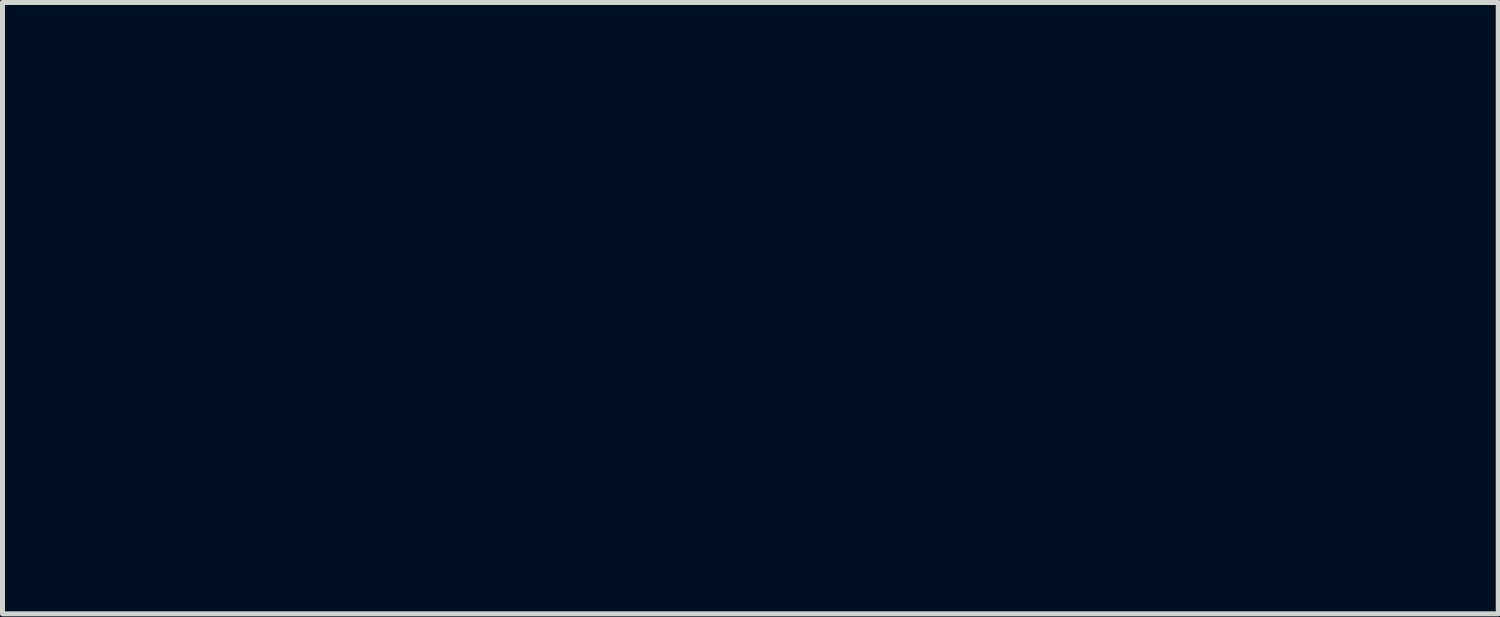
<source format=kicad_pcb>
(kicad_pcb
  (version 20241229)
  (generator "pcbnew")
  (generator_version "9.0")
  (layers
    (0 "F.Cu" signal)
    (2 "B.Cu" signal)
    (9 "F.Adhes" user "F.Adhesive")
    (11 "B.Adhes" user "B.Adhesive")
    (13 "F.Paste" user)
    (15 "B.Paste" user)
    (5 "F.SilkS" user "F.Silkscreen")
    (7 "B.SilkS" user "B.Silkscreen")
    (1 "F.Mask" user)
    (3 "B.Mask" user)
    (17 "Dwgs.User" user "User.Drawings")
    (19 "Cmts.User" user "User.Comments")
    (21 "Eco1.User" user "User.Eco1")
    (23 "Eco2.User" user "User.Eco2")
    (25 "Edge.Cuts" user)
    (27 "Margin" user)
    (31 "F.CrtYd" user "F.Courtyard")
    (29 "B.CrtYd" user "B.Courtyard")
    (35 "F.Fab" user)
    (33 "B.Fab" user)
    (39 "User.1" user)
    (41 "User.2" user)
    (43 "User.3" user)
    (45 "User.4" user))
  (footprint "AM_Logo_Front_Mask"
    (layer "F.Cu")
    (at 11.982 3.092)
    (property "Reference" "AM_Logo_Front_Mask" (at 0 0 0) (layer "F.Mask") (effects (font (size 1.524 1.524) (thickness 0.3))))
    (attr through_hole)
    (fp_poly (pts (xy -5.043 -0.056) (xy -5.177 0.041) (xy -5.2 0.054) (xy -5.466 0.283) (xy -5.555 0.566) (xy -5.492 0.802) (xy -5.397 1.013) (xy -5.423 1.103) (xy -5.526 1.118) (xy -5.681 1.035) (xy -5.73 0.957) (xy -5.786 0.722) (xy -5.791 0.644) (xy -5.719 0.471) (xy -5.543 0.25) (xy -5.325 0.044) (xy -5.128 -0.083) (xy -5.062 -0.098) (xy -5.043 -0.056)) (stroke (width 0.01) (type solid)) (fill yes) (layer "F.Mask"))
    (fp_poly (pts (xy -1.454 -1.64) (xy -1.462 -1.425) (xy -1.507 -1.148) (xy -1.584 -0.877) (xy -1.592 -0.855) (xy -1.588 -0.754) (xy -1.459 -0.769) (xy -1.334 -0.802) (xy -1.366 -0.753) (xy -1.467 -0.669) (xy -1.684 -0.528) (xy -1.792 -0.556) (xy -1.801 -0.761) (xy -1.783 -0.871) (xy -1.722 -1.156) (xy -1.664 -1.366) (xy -1.659 -1.38) (xy -1.663 -1.481) (xy -1.792 -1.466) (xy -1.917 -1.433) (xy -1.885 -1.482) (xy -1.784 -1.567) (xy -1.598 -1.69) (xy -1.493 -1.727) (xy -1.454 -1.64)) (stroke (width 0.01) (type solid)) (fill yes) (layer "F.Mask"))
    (fp_poly (pts (xy -1.655 1.169) (xy -1.573 1.22) (xy -1.438 1.45) (xy -1.467 1.743) (xy -1.656 2.051) (xy -1.672 2.068) (xy -1.958 2.287) (xy -2.23 2.322) (xy -2.418 2.215) (xy -2.528 1.988) (xy -2.508 1.828) (xy -2.337 1.828) (xy -2.288 2.121) (xy -2.149 2.235) (xy -1.932 2.162) (xy -1.811 2.067) (xy -1.677 1.855) (xy -1.63 1.594) (xy -1.673 1.364) (xy -1.782 1.254) (xy -1.984 1.272) (xy -2.179 1.429) (xy -2.311 1.668) (xy -2.337 1.828) (xy -2.508 1.828) (xy -2.495 1.724) (xy -2.354 1.466) (xy -2.142 1.259) (xy -1.897 1.146) (xy -1.655 1.169)) (stroke (width 0.01) (type solid)) (fill yes) (layer "F.Mask"))
    (fp_poly (pts (xy -0.378 1.122) (xy -0.522 1.229) (xy -0.701 1.319) (xy -0.838 1.343) (xy -0.838 1.342) (xy -0.909 1.401) (xy -0.915 1.448) (xy -0.947 1.688) (xy -1.025 1.963) (xy -1.123 2.201) (xy -1.215 2.33) (xy -1.235 2.337) (xy -1.3 2.263) (xy -1.287 2.192) (xy -1.232 1.999) (xy -1.169 1.715) (xy -1.16 1.669) (xy -1.128 1.428) (xy -1.16 1.345) (xy -1.231 1.364) (xy -1.272 1.368) (xy -1.174 1.278) (xy -0.949 1.135) (xy -0.83 1.156) (xy -0.813 1.235) (xy -0.752 1.265) (xy -0.609 1.168) (xy -0.441 1.052) (xy -0.346 1.042) (xy -0.378 1.122)) (stroke (width 0.01) (type solid)) (fill yes) (layer "F.Mask"))
    (fp_poly (pts (xy -0.232 -1.676) (xy -0.151 -1.625) (xy -0.015 -1.394) (xy -0.045 -1.102) (xy -0.234 -0.794) (xy -0.249 -0.777) (xy -0.536 -0.558) (xy -0.807 -0.522) (xy -0.996 -0.63) (xy -1.106 -0.857) (xy -1.086 -1.017) (xy -0.914 -1.017) (xy -0.865 -0.723) (xy -0.726 -0.61) (xy -0.509 -0.683) (xy -0.389 -0.778) (xy -0.254 -0.99) (xy -0.207 -1.251) (xy -0.251 -1.48) (xy -0.359 -1.59) (xy -0.562 -1.573) (xy -0.757 -1.416) (xy -0.889 -1.177) (xy -0.914 -1.017) (xy -1.086 -1.017) (xy -1.072 -1.121) (xy -0.931 -1.378) (xy -0.72 -1.585) (xy -0.474 -1.699) (xy -0.232 -1.676)) (stroke (width 0.01) (type solid)) (fill yes) (layer "F.Mask"))
    (fp_poly (pts (xy 3.121 1.169) (xy 3.202 1.22) (xy 3.338 1.45) (xy 3.308 1.743) (xy 3.119 2.051) (xy 3.104 2.068) (xy 2.817 2.287) (xy 2.546 2.322) (xy 2.357 2.215) (xy 2.247 1.988) (xy 2.267 1.828) (xy 2.438 1.828) (xy 2.487 2.121) (xy 2.626 2.235) (xy 2.844 2.162) (xy 2.964 2.067) (xy 3.099 1.855) (xy 3.146 1.594) (xy 3.102 1.364) (xy 2.993 1.254) (xy 2.791 1.272) (xy 2.596 1.429) (xy 2.464 1.668) (xy 2.438 1.828) (xy 2.267 1.828) (xy 2.281 1.724) (xy 2.422 1.466) (xy 2.633 1.259) (xy 2.878 1.146) (xy 3.121 1.169)) (stroke (width 0.01) (type solid)) (fill yes) (layer "F.Mask"))
    (fp_poly (pts (xy 4.543 0.235) (xy 4.572 0.305) (xy 4.485 0.383) (xy 4.33 0.406) (xy 4.197 0.428) (xy 4.1 0.523) (xy 4.016 0.732) (xy 3.92 1.092) (xy 3.826 1.467) (xy 3.744 1.782) (xy 3.694 1.965) (xy 3.675 2.088) (xy 3.76 2.083) (xy 3.877 2.026) (xy 4.039 1.946) (xy 4.045 1.975) (xy 3.921 2.119) (xy 3.721 2.285) (xy 3.55 2.332) (xy 3.46 2.251) (xy 3.456 2.21) (xy 3.491 1.949) (xy 3.576 1.587) (xy 3.693 1.186) (xy 3.821 0.81) (xy 3.941 0.524) (xy 4.012 0.408) (xy 4.201 0.267) (xy 4.401 0.205) (xy 4.543 0.235)) (stroke (width 0.01) (type solid)) (fill yes) (layer "F.Mask"))
    (fp_poly (pts (xy 5.051 1.169) (xy 5.132 1.22) (xy 5.268 1.45) (xy 5.239 1.743) (xy 5.049 2.051) (xy 5.034 2.068) (xy 4.747 2.287) (xy 4.476 2.322) (xy 4.288 2.215) (xy 4.177 1.988) (xy 4.198 1.828) (xy 4.369 1.828) (xy 4.418 2.121) (xy 4.557 2.235) (xy 4.774 2.162) (xy 4.894 2.067) (xy 5.029 1.855) (xy 5.076 1.594) (xy 5.033 1.364) (xy 4.924 1.254) (xy 4.722 1.272) (xy 4.527 1.429) (xy 4.395 1.668) (xy 4.369 1.828) (xy 4.198 1.828) (xy 4.211 1.724) (xy 4.352 1.466) (xy 4.564 1.259) (xy 4.809 1.146) (xy 5.051 1.169)) (stroke (width 0.01) (type solid)) (fill yes) (layer "F.Mask"))
    (fp_poly (pts (xy 7.614 1.196) (xy 7.614 1.402) (xy 7.537 1.695) (xy 7.398 2.033) (xy 7.214 2.375) (xy 7.003 2.678) (xy 6.814 2.874) (xy 6.552 3.051) (xy 6.311 3.142) (xy 6.144 3.133) (xy 6.096 3.048) (xy 6.184 2.976) (xy 6.397 2.946) (xy 6.398 2.946) (xy 6.713 2.862) (xy 6.912 2.623) (xy 6.985 2.249) (xy 6.966 1.99) (xy 6.868 1.619) (xy 6.719 1.398) (xy 6.535 1.35) (xy 6.481 1.37) (xy 6.448 1.369) (xy 6.549 1.276) (xy 6.741 1.161) (xy 6.886 1.19) (xy 7.011 1.385) (xy 7.12 1.681) (xy 7.215 1.96) (xy 7.274 2.065) (xy 7.319 2.019) (xy 7.347 1.928) (xy 7.4 1.622) (xy 7.415 1.397) (xy 7.448 1.194) (xy 7.518 1.118) (xy 7.614 1.196)) (stroke (width 0.01) (type solid)) (fill yes) (layer "F.Mask"))
    (fp_poly (pts (xy -3.379 -1.719) (xy -3.363 -1.663) (xy -3.404 -1.511) (xy -3.505 -1.219) (xy -3.597 -0.949) (xy -3.651 -0.769) (xy -3.658 -0.737) (xy -3.594 -0.749) (xy -3.505 -0.813) (xy -3.378 -0.878) (xy -3.353 -0.829) (xy -3.433 -0.7) (xy -3.569 -0.603) (xy -3.756 -0.539) (xy -3.867 -0.619) (xy -3.869 -0.624) (xy -3.969 -0.707) (xy -4.08 -0.634) (xy -4.281 -0.504) (xy -4.415 -0.546) (xy -4.443 -0.742) (xy -4.435 -0.787) (xy -4.361 -1.098) (xy -4.304 -1.313) (xy -4.275 -1.485) (xy -4.353 -1.513) (xy -4.429 -1.49) (xy -4.561 -1.449) (xy -4.532 -1.49) (xy -4.426 -1.575) (xy -4.201 -1.71) (xy -4.093 -1.68) (xy -4.101 -1.483) (xy -4.104 -1.473) (xy -4.18 -1.16) (xy -4.227 -0.965) (xy -4.242 -0.769) (xy -4.17 -0.717) (xy -4.041 -0.786) (xy -3.887 -0.953) (xy -3.737 -1.197) (xy -3.649 -1.404) (xy -3.548 -1.622) (xy -3.453 -1.726) (xy -3.444 -1.727) (xy -3.379 -1.719)) (stroke (width 0.01) (type solid)) (fill yes) (layer "F.Mask"))
    (fp_poly (pts (xy 6.329 1.144) (xy 6.337 1.262) (xy 6.299 1.373) (xy 6.23 1.611) (xy 6.153 1.963) (xy 6.1 2.262) (xy 5.993 2.717) (xy 5.837 2.998) (xy 5.611 3.13) (xy 5.437 3.15) (xy 5.203 3.095) (xy 5.1 3.028) (xy 5.007 2.85) (xy 5.204 2.85) (xy 5.212 2.878) (xy 5.347 3.029) (xy 5.546 3.005) (xy 5.729 2.858) (xy 5.854 2.6) (xy 5.883 2.324) (xy 5.906 1.987) (xy 5.981 1.695) (xy 6.072 1.455) (xy 6.079 1.349) (xy 5.999 1.322) (xy 5.949 1.321) (xy 5.776 1.406) (xy 5.607 1.61) (xy 5.499 1.854) (xy 5.486 1.953) (xy 5.566 2.107) (xy 5.66 2.134) (xy 5.726 2.172) (xy 5.631 2.296) (xy 5.49 2.421) (xy 5.257 2.662) (xy 5.204 2.85) (xy 5.007 2.85) (xy 4.985 2.809) (xy 5.068 2.604) (xy 5.165 2.527) (xy 5.307 2.332) (xy 5.308 2.183) (xy 5.334 1.833) (xy 5.512 1.5) (xy 5.791 1.243) (xy 6.126 1.121) (xy 6.188 1.118) (xy 6.329 1.144)) (stroke (width 0.01) (type solid)) (fill yes) (layer "F.Mask"))
    (fp_poly (pts (xy 2.101 0.23) (xy 2.134 0.305) (xy 2.047 0.382) (xy 1.884 0.406) (xy 1.711 0.442) (xy 1.601 0.583) (xy 1.521 0.823) (xy 1.453 1.134) (xy 1.473 1.28) (xy 1.59 1.284) (xy 1.712 1.227) (xy 1.903 1.14) (xy 1.988 1.118) (xy 2.019 1.204) (xy 2.006 1.417) (xy 1.956 1.688) (xy 1.88 1.948) (xy 1.871 1.973) (xy 1.841 2.113) (xy 1.949 2.114) (xy 1.989 2.1) (xy 2.123 2.058) (xy 2.096 2.098) (xy 1.987 2.184) (xy 1.767 2.322) (xy 1.652 2.305) (xy 1.636 2.123) (xy 1.715 1.769) (xy 1.725 1.733) (xy 1.789 1.458) (xy 1.76 1.346) (xy 1.624 1.372) (xy 1.536 1.416) (xy 1.377 1.582) (xy 1.242 1.856) (xy 1.219 1.932) (xy 1.128 2.184) (xy 1.033 2.325) (xy 1.005 2.337) (xy 0.942 2.258) (xy 0.953 2.159) (xy 1.004 1.972) (xy 1.086 1.658) (xy 1.171 1.321) (xy 1.29 0.941) (xy 1.432 0.614) (xy 1.55 0.432) (xy 1.75 0.278) (xy 1.955 0.206) (xy 2.101 0.23)) (stroke (width 0.01) (type solid)) (fill yes) (layer "F.Mask"))
    (fp_poly (pts (xy -1.338 -2.56) (xy -1.278 -2.475) (xy -1.254 -2.3) (xy -1.315 -2.237) (xy -1.415 -2.324) (xy -1.572 -2.421) (xy -1.682 -2.423) (xy -1.805 -2.336) (xy -1.92 -2.108) (xy -2.04 -1.708) (xy -2.049 -1.676) (xy -2.162 -1.215) (xy -2.219 -0.922) (xy -2.221 -0.773) (xy -2.169 -0.742) (xy -2.103 -0.775) (xy -2.067 -0.785) (xy -2.165 -0.686) (xy -2.381 -0.532) (xy -2.512 -0.535) (xy -2.54 -0.63) (xy -2.57 -0.701) (xy -2.662 -0.63) (xy -2.87 -0.516) (xy -3.051 -0.57) (xy -3.116 -0.67) (xy -3.117 -0.892) (xy -2.946 -0.892) (xy -2.886 -0.74) (xy -2.738 -0.731) (xy -2.558 -0.859) (xy -2.495 -0.937) (xy -2.367 -1.193) (xy -2.348 -1.405) (xy -2.439 -1.518) (xy -2.483 -1.524) (xy -2.657 -1.439) (xy -2.826 -1.235) (xy -2.933 -0.991) (xy -2.946 -0.892) (xy -3.117 -0.892) (xy -3.117 -0.914) (xy -2.995 -1.207) (xy -2.793 -1.477) (xy -2.552 -1.652) (xy -2.537 -1.658) (xy -2.327 -1.772) (xy -2.235 -1.89) (xy -2.235 -1.894) (xy -2.163 -2.08) (xy -1.986 -2.31) (xy -1.769 -2.516) (xy -1.573 -2.633) (xy -1.526 -2.642) (xy -1.338 -2.56)) (stroke (width 0.01) (type solid)) (fill yes) (layer "F.Mask"))
    (fp_poly (pts (xy 0.078 1.163) (xy 0.102 1.286) (xy 0.118 1.393) (xy 0.2 1.361) (xy 0.301 1.273) (xy 0.533 1.15) (xy 0.719 1.201) (xy 0.81 1.407) (xy 0.813 1.462) (xy 0.736 1.734) (xy 0.546 2.021) (xy 0.301 2.254) (xy 0.08 2.356) (xy -0.126 2.482) (xy -0.215 2.673) (xy -0.242 2.893) (xy -0.147 3.011) (xy -0.069 3.047) (xy 0.034 3.103) (xy -0.025 3.132) (xy -0.267 3.143) (xy -0.282 3.143) (xy -0.549 3.141) (xy -0.651 3.105) (xy -0.625 3.006) (xy -0.574 2.921) (xy -0.466 2.686) (xy -0.357 2.353) (xy -0.313 2.184) (xy -0.286 2.074) (xy -0.069 2.074) (xy -0.045 2.143) (xy 0.108 2.231) (xy 0.306 2.176) (xy 0.393 2.099) (xy 0.494 1.904) (xy 0.571 1.641) (xy 0.593 1.411) (xy 0.526 1.325) (xy 0.486 1.321) (xy 0.292 1.403) (xy 0.105 1.603) (xy -0.03 1.85) (xy -0.069 2.074) (xy -0.286 2.074) (xy -0.232 1.85) (xy -0.161 1.573) (xy -0.136 1.483) (xy -0.125 1.345) (xy -0.249 1.35) (xy -0.268 1.356) (xy -0.393 1.394) (xy -0.358 1.347) (xy -0.26 1.27) (xy -0.037 1.134) (xy 0.078 1.163)) (stroke (width 0.01) (type solid)) (fill yes) (layer "F.Mask"))
    (fp_poly (pts (xy -4.054 0.381) (xy -4.037 0.749) (xy -4.004 1.066) (xy -3.977 1.202) (xy -3.933 1.308) (xy -3.87 1.311) (xy -3.76 1.19) (xy -3.578 0.924) (xy -3.505 0.811) (xy -3.25 0.455) (xy -2.986 0.149) (xy -2.745 -0.075) (xy -2.56 -0.186) (xy -2.48 -0.177) (xy -2.487 -0.066) (xy -2.543 0.198) (xy -2.638 0.573) (xy -2.74 0.938) (xy -2.865 1.381) (xy -2.966 1.756) (xy -3.031 2.016) (xy -3.048 2.112) (xy -2.962 2.214) (xy -2.819 2.265) (xy -2.773 2.292) (xy -2.902 2.315) (xy -3.061 2.323) (xy -3.531 2.337) (xy -3.284 1.461) (xy -3.18 1.069) (xy -3.106 0.758) (xy -3.076 0.574) (xy -3.079 0.545) (xy -3.158 0.598) (xy -3.323 0.809) (xy -3.559 1.159) (xy -3.853 1.628) (xy -4.005 1.88) (xy -4.368 2.489) (xy -4.377 1.981) (xy -4.391 1.688) (xy -4.419 1.366) (xy -4.455 1.056) (xy -4.493 0.802) (xy -4.527 0.645) (xy -4.552 0.627) (xy -4.558 0.682) (xy -4.624 1.018) (xy -4.764 1.416) (xy -4.946 1.805) (xy -5.14 2.113) (xy -5.253 2.233) (xy -5.546 2.4) (xy -5.802 2.432) (xy -5.927 2.371) (xy -5.993 2.232) (xy -5.873 2.15) (xy -5.699 2.134) (xy -5.371 2.035) (xy -5.09 1.746) (xy -4.862 1.273) (xy -4.733 0.821) (xy -4.639 0.397) (xy -4.591 0.13) (xy -4.591 -0.019) (xy -4.638 -0.092) (xy -4.735 -0.129) (xy -4.75 -0.133) (xy -4.771 -0.163) (xy -4.623 -0.185) (xy -4.496 -0.191) (xy -4.064 -0.203) (xy -4.054 0.381)) (stroke (width 0.01) (type solid)) (fill yes) (layer "F.Mask"))
    (fp_poly (pts (xy -4.707 -3.04) (xy -4.712 -2.898) (xy -4.722 -2.85) (xy -4.76 -2.638) (xy -4.815 -2.284) (xy -4.878 -1.848) (xy -4.912 -1.605) (xy -4.972 -1.154) (xy -5.001 -0.865) (xy -4.996 -0.699) (xy -4.954 -0.619) (xy -4.872 -0.585) (xy -4.835 -0.578) (xy -4.792 -0.55) (xy -4.924 -0.528) (xy -5.048 -0.522) (xy -5.474 -0.508) (xy -5.416 -0.864) (xy -5.389 -1.094) (xy -5.442 -1.194) (xy -5.627 -1.218) (xy -5.753 -1.219) (xy -6.03 -1.191) (xy -6.222 -1.074) (xy -6.392 -0.858) (xy -6.629 -0.556) (xy -6.894 -0.283) (xy -6.933 -0.249) (xy -7.183 -0.085) (xy -7.416 -0.006) (xy -7.578 -0.021) (xy -7.62 -0.102) (xy -7.534 -0.18) (xy -7.386 -0.203) (xy -7.135 -0.292) (xy -6.825 -0.56) (xy -6.451 -1.012) (xy -6.199 -1.373) (xy -5.994 -1.373) (xy -5.905 -1.338) (xy -5.687 -1.321) (xy -5.653 -1.321) (xy -5.46 -1.329) (xy -5.352 -1.387) (xy -5.296 -1.542) (xy -5.258 -1.844) (xy -5.252 -1.902) (xy -5.224 -2.22) (xy -5.215 -2.443) (xy -5.222 -2.513) (xy -5.286 -2.451) (xy -5.423 -2.27) (xy -5.597 -2.021) (xy -5.774 -1.756) (xy -5.917 -1.528) (xy -5.991 -1.388) (xy -5.994 -1.373) (xy -6.199 -1.373) (xy -6.093 -1.524) (xy -5.832 -1.91) (xy -5.564 -2.289) (xy -5.349 -2.579) (xy -5.348 -2.581) (xy -5.039 -2.977) (xy -5.44 -2.902) (xy -5.814 -2.8) (xy -6.021 -2.653) (xy -6.094 -2.431) (xy -6.096 -2.375) (xy -6.132 -2.19) (xy -6.198 -2.134) (xy -6.289 -2.209) (xy -6.287 -2.389) (xy -6.202 -2.605) (xy -6.099 -2.741) (xy -5.915 -2.885) (xy -5.679 -2.98) (xy -5.331 -3.044) (xy -5.051 -3.074) (xy -4.803 -3.087) (xy -4.707 -3.04)) (stroke (width 0.01) (type solid)) (fill yes) (layer "F.Mask")))
  (gr_rect
    (start -3 -3)
    (end 26.963 9.246)
    (stroke (width 0.1) (type default))
    (fill no)
    (layer "Edge.Cuts")))
</source>
